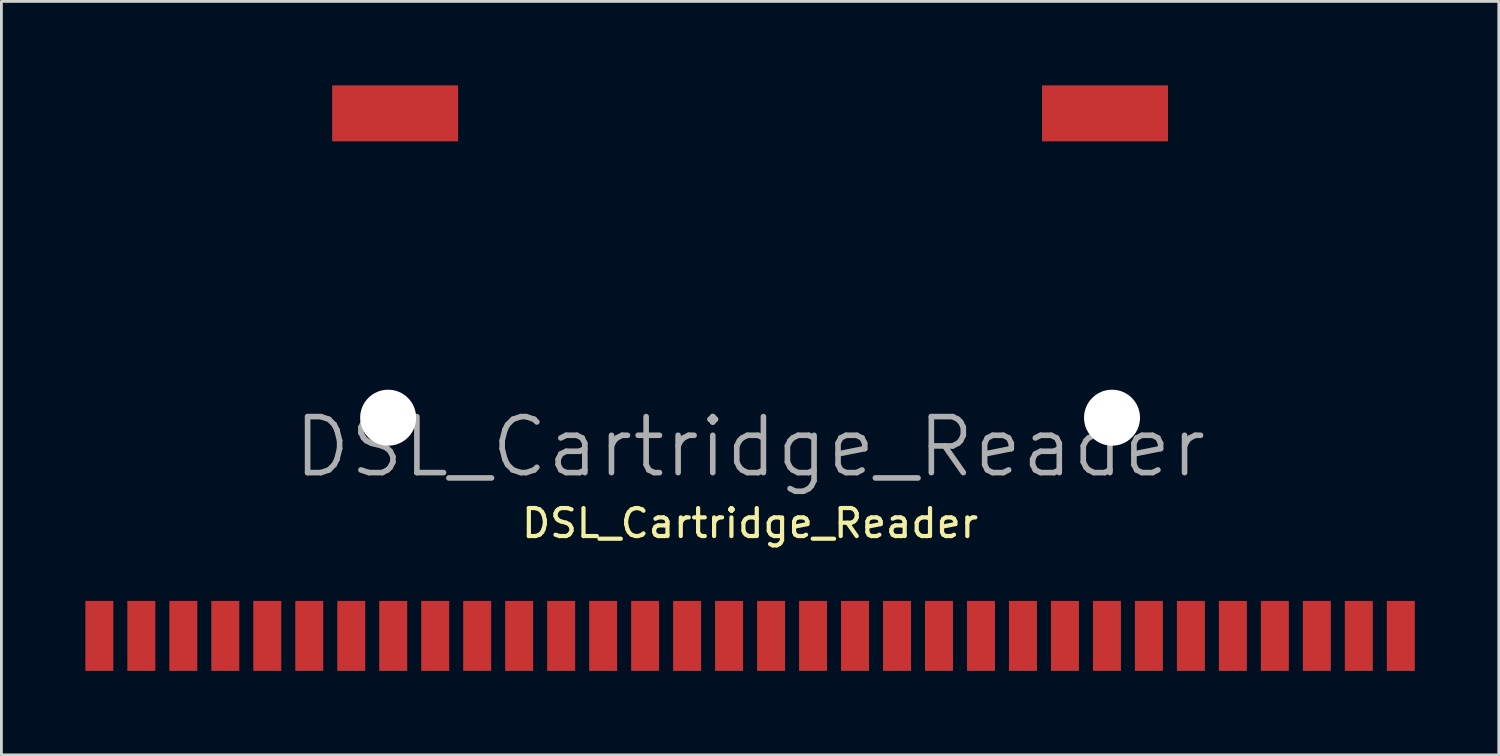
<source format=kicad_pcb>
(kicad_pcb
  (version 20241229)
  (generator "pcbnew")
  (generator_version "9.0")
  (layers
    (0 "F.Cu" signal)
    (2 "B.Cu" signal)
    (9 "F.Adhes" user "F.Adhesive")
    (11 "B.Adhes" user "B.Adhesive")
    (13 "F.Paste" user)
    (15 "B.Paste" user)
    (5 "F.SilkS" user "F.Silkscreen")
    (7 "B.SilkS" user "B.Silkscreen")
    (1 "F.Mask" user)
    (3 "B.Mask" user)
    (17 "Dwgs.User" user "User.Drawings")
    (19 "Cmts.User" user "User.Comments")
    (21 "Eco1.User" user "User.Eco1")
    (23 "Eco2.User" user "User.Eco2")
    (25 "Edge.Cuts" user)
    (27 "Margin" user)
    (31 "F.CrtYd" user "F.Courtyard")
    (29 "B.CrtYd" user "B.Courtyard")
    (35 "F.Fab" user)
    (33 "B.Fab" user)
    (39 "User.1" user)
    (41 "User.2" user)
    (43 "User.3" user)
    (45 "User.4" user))
  (footprint "DSL_Cartridge_Reader"
    (layer "F.Cu")
    (at 23.75 13.921)
    (property "Reference" "DSL_Cartridge_Reader" (at 0 1.727 180) (layer "F.SilkS") (effects (font (size 1 1) (thickness 0.15))))
    (attr smd)
    (fp_text user "${REFERENCE}" (at 0 -1 0) (layer "F.Fab") (effects (font (size 2 2) (thickness 0.2))))
    (pad "" np_thru_hole circle (at -12.932 -2.047) (size 2 2) (drill 2) (layers "*.Cu" "*.Mask"))
    (pad "" np_thru_hole circle (at 12.932 -2.047) (size 2 2) (drill 2) (layers "*.Cu" "*.Mask"))
    (pad "1" smd rect (at -23.25 5.75) (size 1 2.5) (layers "F.Cu" "F.Mask" "F.Paste"))
    (pad "2" smd rect (at -21.75 5.75) (size 1 2.5) (layers "F.Cu" "F.Mask" "F.Paste"))
    (pad "3" smd rect (at -20.25 5.75) (size 1 2.5) (layers "F.Cu" "F.Mask" "F.Paste"))
    (pad "4" smd rect (at -18.75 5.75) (size 1 2.5) (layers "F.Cu" "F.Mask" "F.Paste"))
    (pad "5" smd rect (at -17.25 5.75) (size 1 2.5) (layers "F.Cu" "F.Mask" "F.Paste"))
    (pad "6" smd rect (at -15.75 5.75) (size 1 2.5) (layers "F.Cu" "F.Mask" "F.Paste"))
    (pad "7" smd rect (at -14.25 5.75) (size 1 2.5) (layers "F.Cu" "F.Mask" "F.Paste"))
    (pad "8" smd rect (at -12.75 5.75) (size 1 2.5) (layers "F.Cu" "F.Mask" "F.Paste"))
    (pad "9" smd rect (at -11.25 5.75) (size 1 2.5) (layers "F.Cu" "F.Mask" "F.Paste"))
    (pad "10" smd rect (at -9.75 5.75) (size 1 2.5) (layers "F.Cu" "F.Mask" "F.Paste"))
    (pad "11" smd rect (at -8.25 5.75) (size 1 2.5) (layers "F.Cu" "F.Mask" "F.Paste"))
    (pad "12" smd rect (at -6.75 5.75) (size 1 2.5) (layers "F.Cu" "F.Mask" "F.Paste"))
    (pad "13" smd rect (at -5.25 5.75) (size 1 2.5) (layers "F.Cu" "F.Mask" "F.Paste"))
    (pad "14" smd rect (at -3.75 5.75) (size 1 2.5) (layers "F.Cu" "F.Mask" "F.Paste"))
    (pad "15" smd rect (at -2.25 5.75) (size 1 2.5) (layers "F.Cu" "F.Mask" "F.Paste"))
    (pad "16" smd rect (at -0.75 5.75) (size 1 2.5) (layers "F.Cu" "F.Mask" "F.Paste"))
    (pad "17" smd rect (at 0.75 5.75) (size 1 2.5) (layers "F.Cu" "F.Mask" "F.Paste"))
    (pad "18" smd rect (at 2.25 5.75) (size 1 2.5) (layers "F.Cu" "F.Mask" "F.Paste"))
    (pad "19" smd rect (at 3.75 5.75) (size 1 2.5) (layers "F.Cu" "F.Mask" "F.Paste"))
    (pad "20" smd rect (at 5.25 5.75) (size 1 2.5) (layers "F.Cu" "F.Mask" "F.Paste"))
    (pad "21" smd rect (at 6.75 5.75) (size 1 2.5) (layers "F.Cu" "F.Mask" "F.Paste"))
    (pad "22" smd rect (at 8.25 5.75) (size 1 2.5) (layers "F.Cu" "F.Mask" "F.Paste"))
    (pad "23" smd rect (at 9.75 5.75) (size 1 2.5) (layers "F.Cu" "F.Mask" "F.Paste"))
    (pad "24" smd rect (at 11.25 5.75) (size 1 2.5) (layers "F.Cu" "F.Mask" "F.Paste"))
    (pad "25" smd rect (at 12.75 5.75) (size 1 2.5) (layers "F.Cu" "F.Mask" "F.Paste"))
    (pad "26" smd rect (at 14.25 5.75) (size 1 2.5) (layers "F.Cu" "F.Mask" "F.Paste"))
    (pad "27" smd rect (at 15.75 5.75) (size 1 2.5) (layers "F.Cu" "F.Mask" "F.Paste"))
    (pad "28" smd rect (at 17.25 5.75) (size 1 2.5) (layers "F.Cu" "F.Mask" "F.Paste"))
    (pad "29" smd rect (at 18.75 5.75) (size 1 2.5) (layers "F.Cu" "F.Mask" "F.Paste"))
    (pad "30" smd rect (at 20.25 5.75) (size 1 2.5) (layers "F.Cu" "F.Mask" "F.Paste"))
    (pad "31" smd rect (at 21.75 5.75) (size 1 2.5) (layers "F.Cu" "F.Mask" "F.Paste"))
    (pad "32" smd rect (at 23.25 5.75) (size 1 2.5) (layers "F.Cu" "F.Mask" "F.Paste"))
    (pad "GND" smd rect (at -12.682 -12.921) (size 4.5 2) (layers "F.Cu" "F.Mask" "F.Paste"))
    (pad "GND" smd rect (at 12.682 -12.921) (size 4.5 2) (layers "F.Cu" "F.Mask" "F.Paste")))
  (gr_rect
    (start -3 -3)
    (end 50.5 23.921)
    (stroke (width 0.1) (type default))
    (fill no)
    (layer "Edge.Cuts")))
</source>
